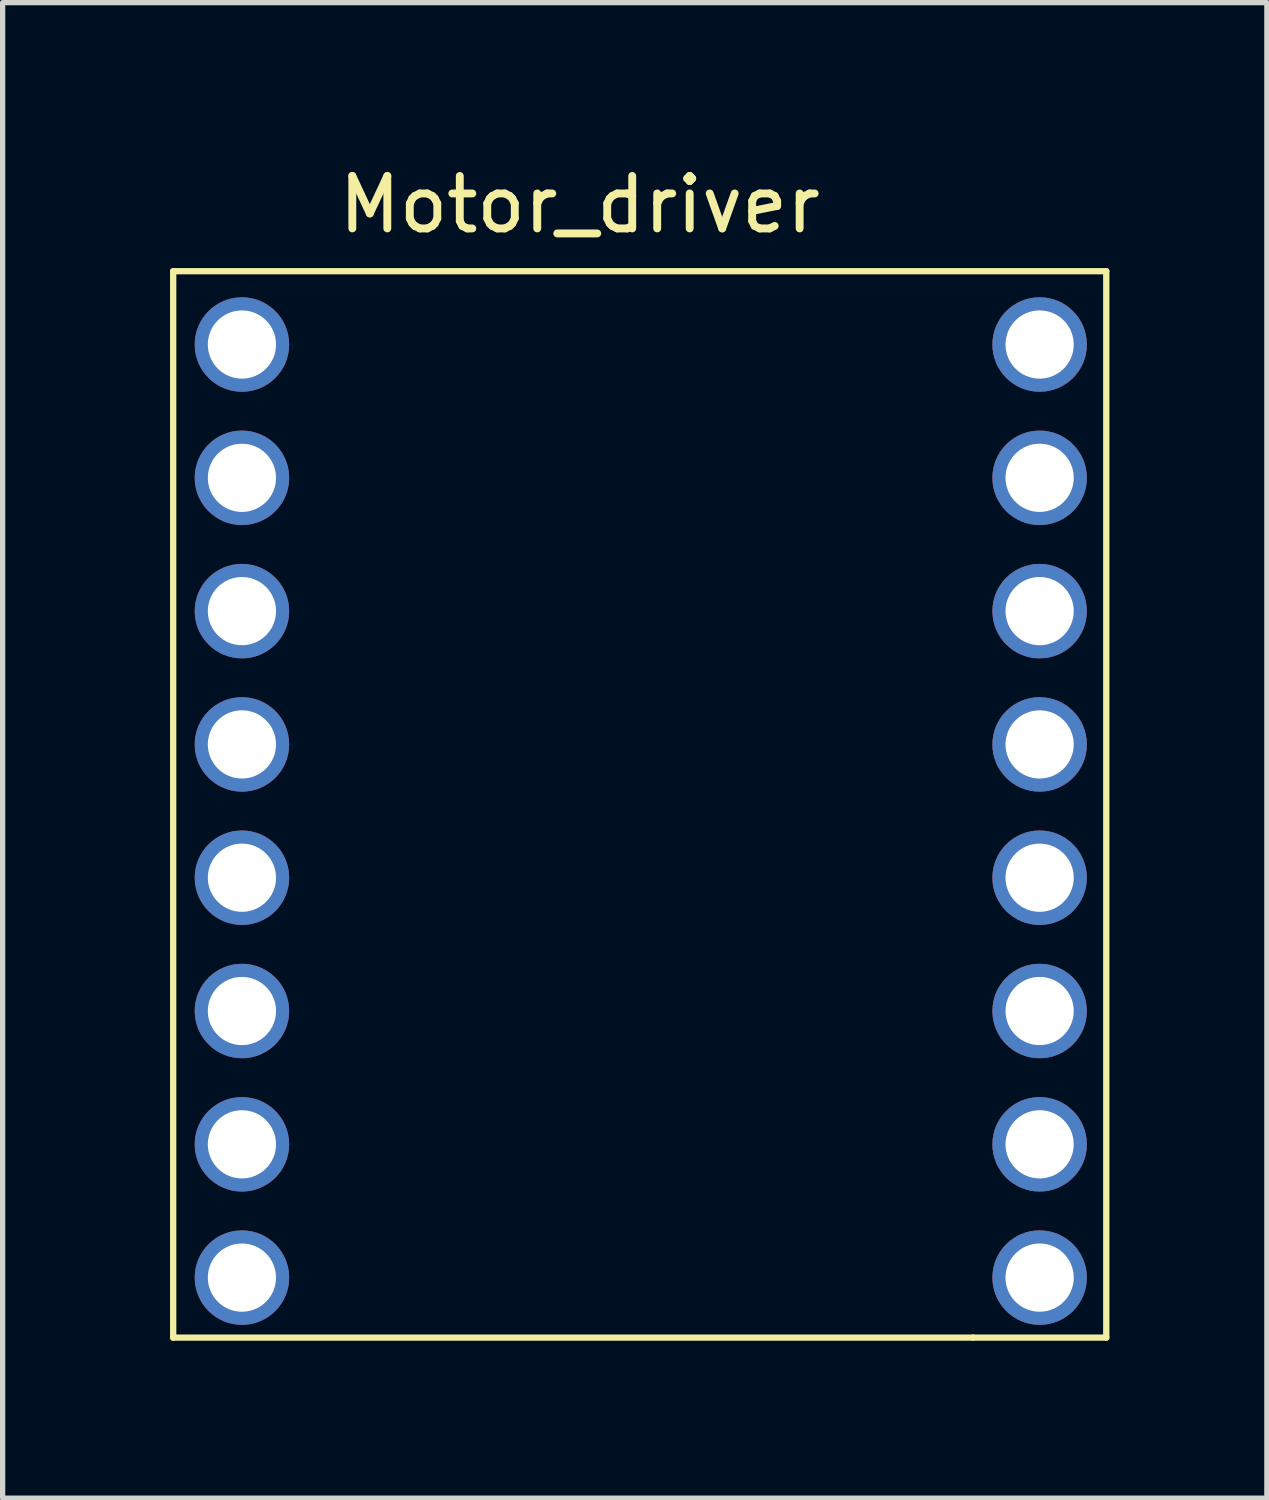
<source format=kicad_pcb>
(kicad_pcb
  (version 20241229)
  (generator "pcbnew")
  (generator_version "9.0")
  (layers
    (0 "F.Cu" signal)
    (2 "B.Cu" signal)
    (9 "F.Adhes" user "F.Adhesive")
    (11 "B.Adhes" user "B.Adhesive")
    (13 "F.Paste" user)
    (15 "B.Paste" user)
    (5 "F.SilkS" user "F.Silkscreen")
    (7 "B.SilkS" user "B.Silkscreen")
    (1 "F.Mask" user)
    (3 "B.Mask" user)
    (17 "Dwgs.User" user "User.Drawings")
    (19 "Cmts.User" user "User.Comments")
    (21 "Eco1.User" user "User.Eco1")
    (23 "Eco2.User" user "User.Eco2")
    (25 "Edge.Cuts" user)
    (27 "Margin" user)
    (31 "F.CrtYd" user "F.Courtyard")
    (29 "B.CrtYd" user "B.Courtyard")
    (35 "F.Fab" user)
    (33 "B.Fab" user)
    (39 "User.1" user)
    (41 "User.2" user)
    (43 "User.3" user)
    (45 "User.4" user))
  (footprint "Motor_driver"
    (layer "F.Cu")
    (at 0.25 2.118)
    (property "Reference" "Motor_driver" (at 7.747 -1.27 0) (layer "F.SilkS") (effects (font (size 1 1) (thickness 0.15))))
    (attr through_hole)
    (fp_line (start 0 0) (end 17.78 0) (stroke (width 0.12) (type solid)) (layer "F.SilkS"))
    (fp_line (start 0 20.32) (end 0 0) (stroke (width 0.12) (type solid)) (layer "F.SilkS"))
    (fp_line (start 15.24 20.32) (end 0 20.32) (stroke (width 0.12) (type solid)) (layer "F.SilkS"))
    (fp_line (start 15.24 20.32) (end 17.78 20.32) (stroke (width 0.12) (type solid)) (layer "F.SilkS"))
    (fp_line (start 17.78 20.32) (end 17.78 0) (stroke (width 0.12) (type solid)) (layer "F.SilkS"))
    (pad "1" thru_hole circle (at 16.51 1.397) (size 1.8 1.8) (drill 1.3) (layers "*.Cu" "*.Mask"))
    (pad "2" thru_hole circle (at 1.31 1.397) (size 1.8 1.8) (drill 1.3) (layers "*.Cu" "*.Mask"))
    (pad "3" thru_hole circle (at 16.51 3.937) (size 1.8 1.8) (drill 1.3) (layers "*.Cu" "*.Mask"))
    (pad "4" thru_hole circle (at 1.31 3.937) (size 1.8 1.8) (drill 1.3) (layers "*.Cu" "*.Mask"))
    (pad "5" thru_hole circle (at 16.51 6.477) (size 1.8 1.8) (drill 1.3) (layers "*.Cu" "*.Mask"))
    (pad "6" thru_hole circle (at 1.31 6.477) (size 1.8 1.8) (drill 1.3) (layers "*.Cu" "*.Mask"))
    (pad "7" thru_hole circle (at 16.51 9.017) (size 1.8 1.8) (drill 1.3) (layers "*.Cu" "*.Mask"))
    (pad "8" thru_hole circle (at 1.31 9.017) (size 1.8 1.8) (drill 1.3) (layers "*.Cu" "*.Mask"))
    (pad "9" thru_hole circle (at 16.51 11.557) (size 1.8 1.8) (drill 1.3) (layers "*.Cu" "*.Mask"))
    (pad "10" thru_hole circle (at 1.31 11.557) (size 1.8 1.8) (drill 1.3) (layers "*.Cu" "*.Mask"))
    (pad "11" thru_hole circle (at 16.51 14.097) (size 1.8 1.8) (drill 1.3) (layers "*.Cu" "*.Mask"))
    (pad "12" thru_hole circle (at 1.31 14.097) (size 1.8 1.8) (drill 1.3) (layers "*.Cu" "*.Mask"))
    (pad "13" thru_hole circle (at 16.51 16.637) (size 1.8 1.8) (drill 1.3) (layers "*.Cu" "*.Mask"))
    (pad "14" thru_hole circle (at 1.31 16.637) (size 1.8 1.8) (drill 1.3) (layers "*.Cu" "*.Mask"))
    (pad "15" thru_hole circle (at 16.51 19.177) (size 1.8 1.8) (drill 1.3) (layers "*.Cu" "*.Mask"))
    (pad "16" thru_hole circle (at 1.31 19.177) (size 1.8 1.8) (drill 1.3) (layers "*.Cu" "*.Mask")))
  (gr_rect
    (start -3 -3)
    (end 21.09 25.498)
    (stroke (width 0.1) (type default))
    (fill no)
    (layer "Edge.Cuts")))
</source>
